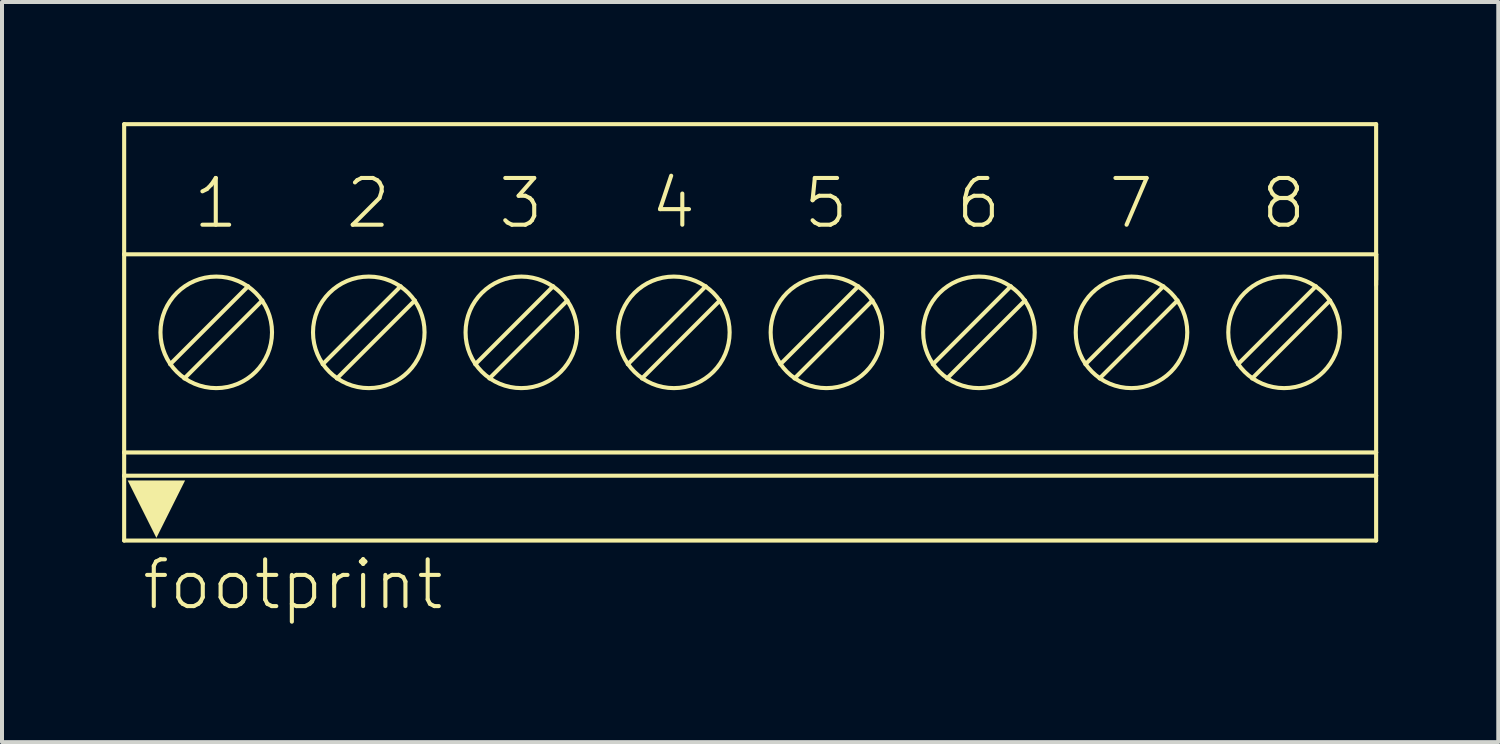
<source format=kicad_pcb>
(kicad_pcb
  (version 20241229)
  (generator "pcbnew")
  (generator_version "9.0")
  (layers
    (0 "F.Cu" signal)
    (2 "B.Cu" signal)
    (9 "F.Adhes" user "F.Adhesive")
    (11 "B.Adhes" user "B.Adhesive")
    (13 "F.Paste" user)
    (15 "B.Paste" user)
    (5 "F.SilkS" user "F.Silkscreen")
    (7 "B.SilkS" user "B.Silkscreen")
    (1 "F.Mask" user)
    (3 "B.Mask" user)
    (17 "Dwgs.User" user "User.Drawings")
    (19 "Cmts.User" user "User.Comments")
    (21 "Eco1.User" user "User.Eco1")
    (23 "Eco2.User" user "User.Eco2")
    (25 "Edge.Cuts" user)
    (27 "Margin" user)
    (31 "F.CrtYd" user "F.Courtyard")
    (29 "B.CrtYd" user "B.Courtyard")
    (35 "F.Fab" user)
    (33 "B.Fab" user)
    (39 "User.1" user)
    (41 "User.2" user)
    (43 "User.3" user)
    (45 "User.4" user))
  (footprint "footprint"
    (layer "F.Cu")
    (at 15.686 5.251)
    (property "Reference" "footprint" (at -15.24 6.985 0) (layer "F.SilkS") (effects (font (size 1.168 1.168) (thickness 0.102)) (justify left bottom)))
    (fp_line (start -15.635 -5.2) (end -15.635 -1.95) (stroke (width 0.102) (type solid)) (layer "F.SilkS"))
    (fp_line (start -15.635 -1.95) (end -15.635 3) (stroke (width 0.102) (type solid)) (layer "F.SilkS"))
    (fp_line (start -15.635 3) (end -15.635 3.58) (stroke (width 0.102) (type solid)) (layer "F.SilkS"))
    (fp_line (start -15.635 3) (end 15.635 3) (stroke (width 0.102) (type solid)) (layer "F.SilkS"))
    (fp_line (start -15.635 3.58) (end -15.635 5.2) (stroke (width 0.102) (type solid)) (layer "F.SilkS"))
    (fp_line (start -15.635 3.58) (end 15.635 3.58) (stroke (width 0.102) (type solid)) (layer "F.SilkS"))
    (fp_line (start -14.132 1.151) (end -12.184 -0.797) (stroke (width 0.102) (type solid)) (layer "F.SilkS"))
    (fp_line (start -12.538 -1.151) (end -14.486 0.797) (stroke (width 0.102) (type solid)) (layer "F.SilkS"))
    (fp_line (start -10.322 1.151) (end -8.374 -0.797) (stroke (width 0.102) (type solid)) (layer "F.SilkS"))
    (fp_line (start -8.728 -1.151) (end -10.676 0.797) (stroke (width 0.102) (type solid)) (layer "F.SilkS"))
    (fp_line (start -6.512 1.151) (end -4.564 -0.797) (stroke (width 0.102) (type solid)) (layer "F.SilkS"))
    (fp_line (start -4.918 -1.151) (end -6.866 0.797) (stroke (width 0.102) (type solid)) (layer "F.SilkS"))
    (fp_line (start -2.702 1.151) (end -0.754 -0.797) (stroke (width 0.102) (type solid)) (layer "F.SilkS"))
    (fp_line (start -1.108 -1.151) (end -3.056 0.797) (stroke (width 0.102) (type solid)) (layer "F.SilkS"))
    (fp_line (start 1.108 1.151) (end 3.056 -0.797) (stroke (width 0.102) (type solid)) (layer "F.SilkS"))
    (fp_line (start 2.702 -1.151) (end 0.754 0.797) (stroke (width 0.102) (type solid)) (layer "F.SilkS"))
    (fp_line (start 4.918 1.151) (end 6.866 -0.797) (stroke (width 0.102) (type solid)) (layer "F.SilkS"))
    (fp_line (start 6.512 -1.151) (end 4.564 0.797) (stroke (width 0.102) (type solid)) (layer "F.SilkS"))
    (fp_line (start 8.728 1.151) (end 10.676 -0.797) (stroke (width 0.102) (type solid)) (layer "F.SilkS"))
    (fp_line (start 10.322 -1.151) (end 8.374 0.797) (stroke (width 0.102) (type solid)) (layer "F.SilkS"))
    (fp_line (start 12.538 1.151) (end 14.486 -0.797) (stroke (width 0.102) (type solid)) (layer "F.SilkS"))
    (fp_line (start 14.132 -1.151) (end 12.184 0.797) (stroke (width 0.102) (type solid)) (layer "F.SilkS"))
    (fp_line (start 15.635 -5.2) (end -15.635 -5.2) (stroke (width 0.102) (type solid)) (layer "F.SilkS"))
    (fp_line (start 15.635 -1.95) (end -15.635 -1.95) (stroke (width 0.102) (type solid)) (layer "F.SilkS"))
    (fp_line (start 15.635 -1.95) (end 15.635 -5.2) (stroke (width 0.102) (type solid)) (layer "F.SilkS"))
    (fp_line (start 15.635 -1.95) (end 15.635 -1.317) (stroke (width 0.102) (type solid)) (layer "F.SilkS"))
    (fp_line (start 15.635 -1.95) (end 15.635 -1.186) (stroke (width 0.102) (type solid)) (layer "F.SilkS"))
    (fp_line (start 15.635 3) (end 15.635 -1.95) (stroke (width 0.102) (type solid)) (layer "F.SilkS"))
    (fp_line (start 15.635 3) (end 15.635 3.58) (stroke (width 0.102) (type solid)) (layer "F.SilkS"))
    (fp_line (start 15.635 3.58) (end 15.635 5.2) (stroke (width 0.102) (type solid)) (layer "F.SilkS"))
    (fp_line (start 15.635 5.2) (end -15.635 5.2) (stroke (width 0.102) (type solid)) (layer "F.SilkS"))
    (fp_circle (center -13.335 0) (end -11.942 0) (stroke (width 0.102) (type solid)) (fill no) (layer "F.SilkS"))
    (fp_circle (center -9.525 0) (end -8.132 0) (stroke (width 0.102) (type solid)) (fill no) (layer "F.SilkS"))
    (fp_circle (center -5.715 0) (end -4.322 0) (stroke (width 0.102) (type solid)) (fill no) (layer "F.SilkS"))
    (fp_circle (center -1.905 0) (end -0.512 0) (stroke (width 0.102) (type solid)) (fill no) (layer "F.SilkS"))
    (fp_circle (center 1.905 0) (end 3.298 0) (stroke (width 0.102) (type solid)) (fill no) (layer "F.SilkS"))
    (fp_circle (center 5.715 0) (end 7.108 0) (stroke (width 0.102) (type solid)) (fill no) (layer "F.SilkS"))
    (fp_circle (center 9.525 0) (end 10.918 0) (stroke (width 0.102) (type solid)) (fill no) (layer "F.SilkS"))
    (fp_circle (center 13.335 0) (end 14.728 0) (stroke (width 0.102) (type solid)) (fill no) (layer "F.SilkS"))
    (fp_poly (pts (xy -14.83 5.134) (xy -15.547 3.699) (xy -14.113 3.699)) (stroke (width 0) (type solid)) (fill yes) (layer "F.SilkS"))
    (fp_text user "3" (at -6.35 -2.54 0) (layer "F.SilkS") (effects (font (size 1.168 1.168) (thickness 0.102)) (justify left bottom)))
    (fp_text user "4" (at -2.54 -2.54 0) (layer "F.SilkS") (effects (font (size 1.168 1.168) (thickness 0.102)) (justify left bottom)))
    (fp_text user "8" (at 12.7 -2.54 0) (layer "F.SilkS") (effects (font (size 1.168 1.168) (thickness 0.102)) (justify left bottom)))
    (fp_text user "1" (at -13.97 -2.54 0) (layer "F.SilkS") (effects (font (size 1.168 1.168) (thickness 0.102)) (justify left bottom)))
    (fp_text user "7" (at 8.89 -2.54 0) (layer "F.SilkS") (effects (font (size 1.168 1.168) (thickness 0.102)) (justify left bottom)))
    (fp_text user "5" (at 1.27 -2.54 0) (layer "F.SilkS") (effects (font (size 1.168 1.168) (thickness 0.102)) (justify left bottom)))
    (fp_text user "2" (at -10.16 -2.54 0) (layer "F.SilkS") (effects (font (size 1.168 1.168) (thickness 0.102)) (justify left bottom)))
    (fp_text user "6" (at 5.08 -2.54 0) (layer "F.SilkS") (effects (font (size 1.168 1.168) (thickness 0.102)) (justify left bottom))))
  (gr_rect
    (start -3 -3)
    (end 34.372 15.486)
    (stroke (width 0.1) (type default))
    (fill no)
    (layer "Edge.Cuts")))
</source>
